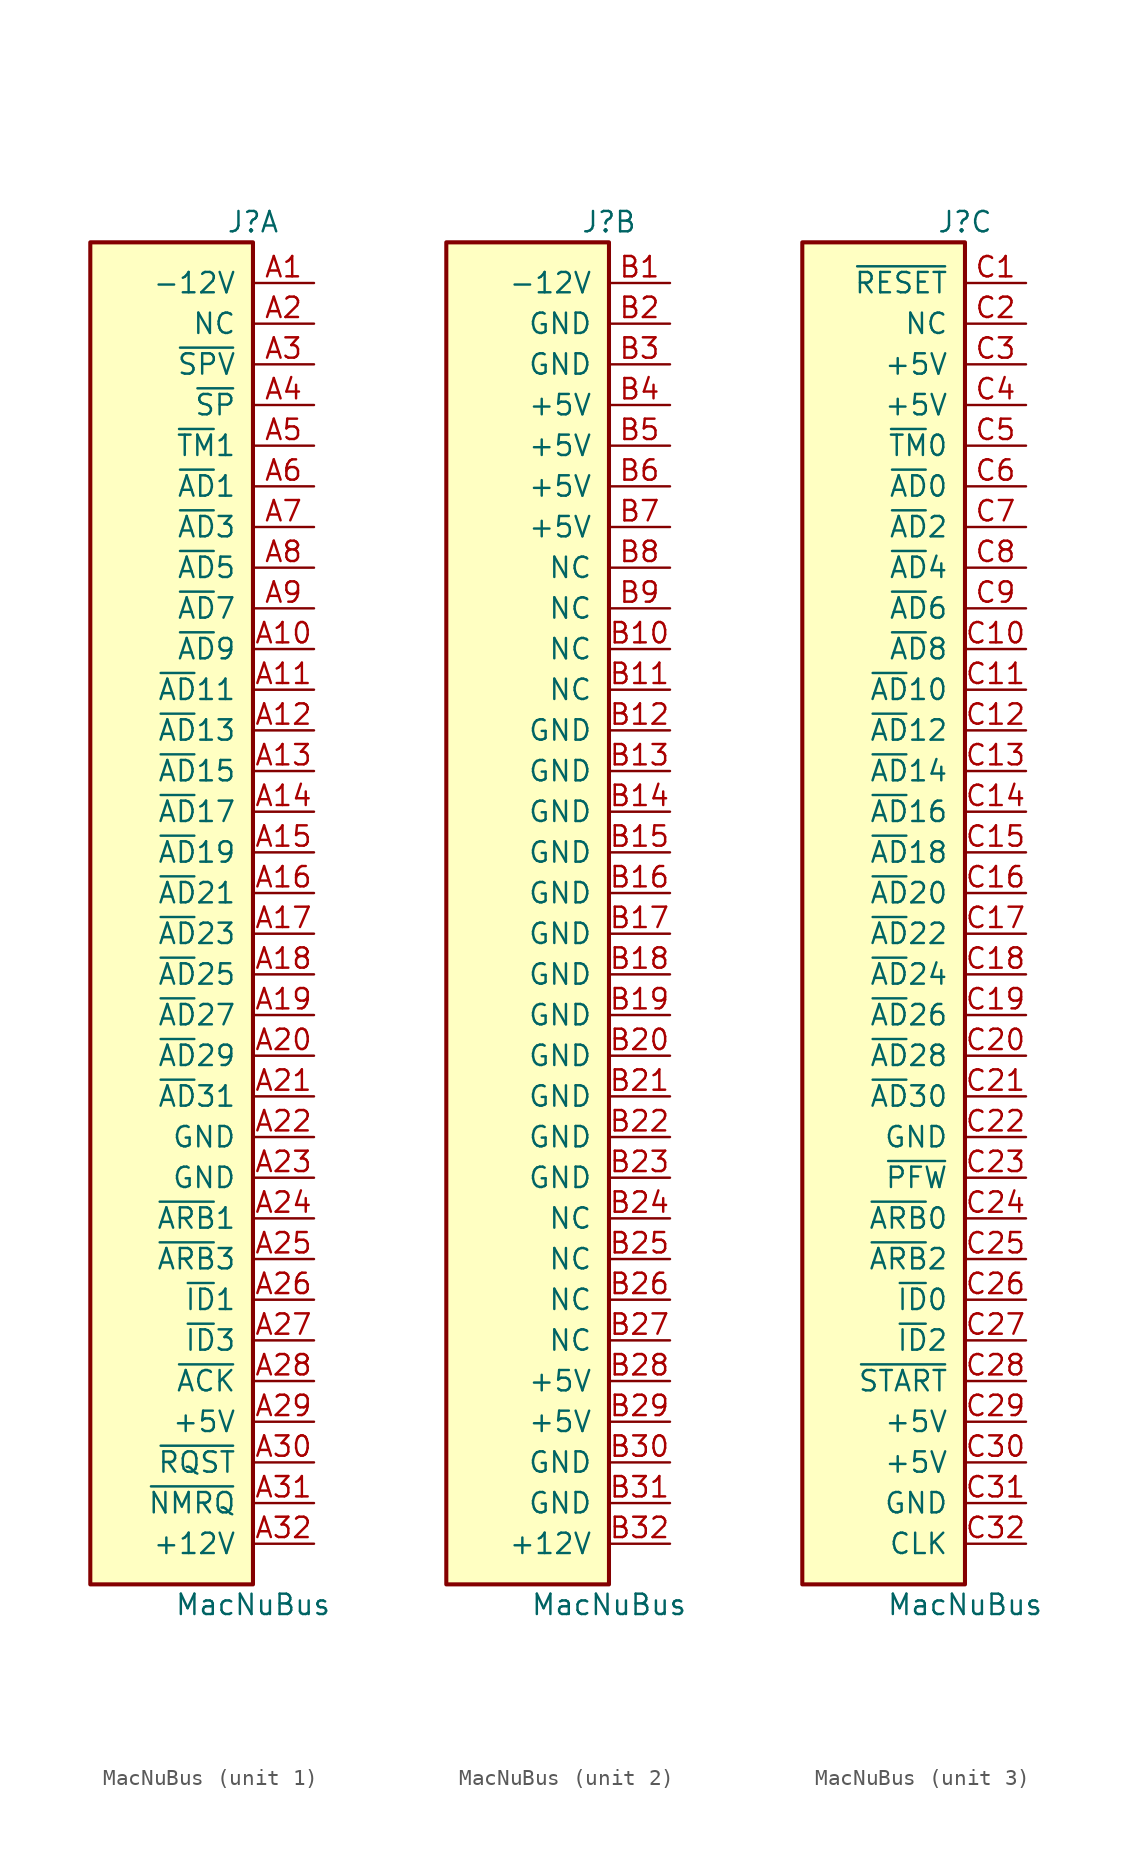
<source format=kicad_sym>
(kicad_symbol_lib
  (version 20220914)
  (generator kicad_symbol_editor)
  (symbol "MacNuBus"
    (pin_names
      (offset 1.016))
    (property "Reference" "J"
      (at 0 45.72 0)
      (effects (font (size 1.27 1.27))))
    (property "Value" "MacNuBus"
      (at 0 -40.64 0)
      (effects (font (size 1.27 1.27))))
    (property "ki_locked" ""
      (at 0 0 0)
      (effects (font (size 1.27 1.27))))
    (symbol "MacNuBus_0_1"
      (rectangle (start 0 44.45) (end -10.16 -39.37) (stroke (width 0.254) (type default)) (fill (type background))))
    (symbol "MacNuBus_1_1"
      (pin unspecified line (at 3.81 41.91 180) (length 3.81) (name "-12V" (effects (font (size 1.27 1.27)))) (number "A1" (effects (font (size 1.27 1.27)))))
      (pin unspecified line (at 3.81 19.05 180) (length 3.81) (name "~{AD}9" (effects (font (size 1.27 1.27)))) (number "A10" (effects (font (size 1.27 1.27)))))
      (pin unspecified line (at 3.81 16.51 180) (length 3.81) (name "~{AD}11" (effects (font (size 1.27 1.27)))) (number "A11" (effects (font (size 1.27 1.27)))))
      (pin unspecified line (at 3.81 13.97 180) (length 3.81) (name "~{AD}13" (effects (font (size 1.27 1.27)))) (number "A12" (effects (font (size 1.27 1.27)))))
      (pin unspecified line (at 3.81 11.43 180) (length 3.81) (name "~{AD}15" (effects (font (size 1.27 1.27)))) (number "A13" (effects (font (size 1.27 1.27)))))
      (pin unspecified line (at 3.81 8.89 180) (length 3.81) (name "~{AD}17" (effects (font (size 1.27 1.27)))) (number "A14" (effects (font (size 1.27 1.27)))))
      (pin unspecified line (at 3.81 6.35 180) (length 3.81) (name "~{AD}19" (effects (font (size 1.27 1.27)))) (number "A15" (effects (font (size 1.27 1.27)))))
      (pin unspecified line (at 3.81 3.81 180) (length 3.81) (name "~{AD}21" (effects (font (size 1.27 1.27)))) (number "A16" (effects (font (size 1.27 1.27)))))
      (pin unspecified line (at 3.81 1.27 180) (length 3.81) (name "~{AD}23" (effects (font (size 1.27 1.27)))) (number "A17" (effects (font (size 1.27 1.27)))))
      (pin unspecified line (at 3.81 -1.27 180) (length 3.81) (name "~{AD}25" (effects (font (size 1.27 1.27)))) (number "A18" (effects (font (size 1.27 1.27)))))
      (pin unspecified line (at 3.81 -3.81 180) (length 3.81) (name "~{AD}27" (effects (font (size 1.27 1.27)))) (number "A19" (effects (font (size 1.27 1.27)))))
      (pin unspecified line (at 3.81 39.37 180) (length 3.81) (name "NC" (effects (font (size 1.27 1.27)))) (number "A2" (effects (font (size 1.27 1.27)))))
      (pin unspecified line (at 3.81 -6.35 180) (length 3.81) (name "~{AD}29" (effects (font (size 1.27 1.27)))) (number "A20" (effects (font (size 1.27 1.27)))))
      (pin unspecified line (at 3.81 -8.89 180) (length 3.81) (name "~{AD}31" (effects (font (size 1.27 1.27)))) (number "A21" (effects (font (size 1.27 1.27)))))
      (pin unspecified line (at 3.81 -11.43 180) (length 3.81) (name "GND" (effects (font (size 1.27 1.27)))) (number "A22" (effects (font (size 1.27 1.27)))))
      (pin unspecified line (at 3.81 -13.97 180) (length 3.81) (name "GND" (effects (font (size 1.27 1.27)))) (number "A23" (effects (font (size 1.27 1.27)))))
      (pin unspecified line (at 3.81 -16.51 180) (length 3.81) (name "~{ARB}1" (effects (font (size 1.27 1.27)))) (number "A24" (effects (font (size 1.27 1.27)))))
      (pin unspecified line (at 3.81 -19.05 180) (length 3.81) (name "~{ARB}3" (effects (font (size 1.27 1.27)))) (number "A25" (effects (font (size 1.27 1.27)))))
      (pin unspecified line (at 3.81 -21.59 180) (length 3.81) (name "~{ID}1" (effects (font (size 1.27 1.27)))) (number "A26" (effects (font (size 1.27 1.27)))))
      (pin unspecified line (at 3.81 -24.13 180) (length 3.81) (name "~{ID}3" (effects (font (size 1.27 1.27)))) (number "A27" (effects (font (size 1.27 1.27)))))
      (pin unspecified line (at 3.81 -26.67 180) (length 3.81) (name "~{ACK}" (effects (font (size 1.27 1.27)))) (number "A28" (effects (font (size 1.27 1.27)))))
      (pin unspecified line (at 3.81 -29.21 180) (length 3.81) (name "+5V" (effects (font (size 1.27 1.27)))) (number "A29" (effects (font (size 1.27 1.27)))))
      (pin unspecified line (at 3.81 36.83 180) (length 3.81) (name "~{SPV}" (effects (font (size 1.27 1.27)))) (number "A3" (effects (font (size 1.27 1.27)))))
      (pin unspecified line (at 3.81 -31.75 180) (length 3.81) (name "~{RQST}" (effects (font (size 1.27 1.27)))) (number "A30" (effects (font (size 1.27 1.27)))))
      (pin unspecified line (at 3.81 -34.29 180) (length 3.81) (name "~{NMRQ}" (effects (font (size 1.27 1.27)))) (number "A31" (effects (font (size 1.27 1.27)))))
      (pin unspecified line (at 3.81 -36.83 180) (length 3.81) (name "+12V" (effects (font (size 1.27 1.27)))) (number "A32" (effects (font (size 1.27 1.27)))))
      (pin unspecified line (at 3.81 34.29 180) (length 3.81) (name "~{SP}" (effects (font (size 1.27 1.27)))) (number "A4" (effects (font (size 1.27 1.27)))))
      (pin unspecified line (at 3.81 31.75 180) (length 3.81) (name "~{TM}1" (effects (font (size 1.27 1.27)))) (number "A5" (effects (font (size 1.27 1.27)))))
      (pin unspecified line (at 3.81 29.21 180) (length 3.81) (name "~{AD}1" (effects (font (size 1.27 1.27)))) (number "A6" (effects (font (size 1.27 1.27)))))
      (pin unspecified line (at 3.81 26.67 180) (length 3.81) (name "~{AD}3" (effects (font (size 1.27 1.27)))) (number "A7" (effects (font (size 1.27 1.27)))))
      (pin unspecified line (at 3.81 24.13 180) (length 3.81) (name "~{AD}5" (effects (font (size 1.27 1.27)))) (number "A8" (effects (font (size 1.27 1.27)))))
      (pin unspecified line (at 3.81 21.59 180) (length 3.81) (name "~{AD}7" (effects (font (size 1.27 1.27)))) (number "A9" (effects (font (size 1.27 1.27))))))
    (symbol "MacNuBus_2_1"
      (pin unspecified line (at 3.81 41.91 180) (length 3.81) (name "-12V" (effects (font (size 1.27 1.27)))) (number "B1" (effects (font (size 1.27 1.27)))))
      (pin unspecified line (at 3.81 19.05 180) (length 3.81) (name "NC" (effects (font (size 1.27 1.27)))) (number "B10" (effects (font (size 1.27 1.27)))))
      (pin unspecified line (at 3.81 16.51 180) (length 3.81) (name "NC" (effects (font (size 1.27 1.27)))) (number "B11" (effects (font (size 1.27 1.27)))))
      (pin unspecified line (at 3.81 13.97 180) (length 3.81) (name "GND" (effects (font (size 1.27 1.27)))) (number "B12" (effects (font (size 1.27 1.27)))))
      (pin unspecified line (at 3.81 11.43 180) (length 3.81) (name "GND" (effects (font (size 1.27 1.27)))) (number "B13" (effects (font (size 1.27 1.27)))))
      (pin unspecified line (at 3.81 8.89 180) (length 3.81) (name "GND" (effects (font (size 1.27 1.27)))) (number "B14" (effects (font (size 1.27 1.27)))))
      (pin unspecified line (at 3.81 6.35 180) (length 3.81) (name "GND" (effects (font (size 1.27 1.27)))) (number "B15" (effects (font (size 1.27 1.27)))))
      (pin unspecified line (at 3.81 3.81 180) (length 3.81) (name "GND" (effects (font (size 1.27 1.27)))) (number "B16" (effects (font (size 1.27 1.27)))))
      (pin unspecified line (at 3.81 1.27 180) (length 3.81) (name "GND" (effects (font (size 1.27 1.27)))) (number "B17" (effects (font (size 1.27 1.27)))))
      (pin unspecified line (at 3.81 -1.27 180) (length 3.81) (name "GND" (effects (font (size 1.27 1.27)))) (number "B18" (effects (font (size 1.27 1.27)))))
      (pin unspecified line (at 3.81 -3.81 180) (length 3.81) (name "GND" (effects (font (size 1.27 1.27)))) (number "B19" (effects (font (size 1.27 1.27)))))
      (pin unspecified line (at 3.81 39.37 180) (length 3.81) (name "GND" (effects (font (size 1.27 1.27)))) (number "B2" (effects (font (size 1.27 1.27)))))
      (pin unspecified line (at 3.81 -6.35 180) (length 3.81) (name "GND" (effects (font (size 1.27 1.27)))) (number "B20" (effects (font (size 1.27 1.27)))))
      (pin unspecified line (at 3.81 -8.89 180) (length 3.81) (name "GND" (effects (font (size 1.27 1.27)))) (number "B21" (effects (font (size 1.27 1.27)))))
      (pin unspecified line (at 3.81 -11.43 180) (length 3.81) (name "GND" (effects (font (size 1.27 1.27)))) (number "B22" (effects (font (size 1.27 1.27)))))
      (pin unspecified line (at 3.81 -13.97 180) (length 3.81) (name "GND" (effects (font (size 1.27 1.27)))) (number "B23" (effects (font (size 1.27 1.27)))))
      (pin unspecified line (at 3.81 -16.51 180) (length 3.81) (name "NC" (effects (font (size 1.27 1.27)))) (number "B24" (effects (font (size 1.27 1.27)))))
      (pin unspecified line (at 3.81 -19.05 180) (length 3.81) (name "NC" (effects (font (size 1.27 1.27)))) (number "B25" (effects (font (size 1.27 1.27)))))
      (pin unspecified line (at 3.81 -21.59 180) (length 3.81) (name "NC" (effects (font (size 1.27 1.27)))) (number "B26" (effects (font (size 1.27 1.27)))))
      (pin unspecified line (at 3.81 -24.13 180) (length 3.81) (name "NC" (effects (font (size 1.27 1.27)))) (number "B27" (effects (font (size 1.27 1.27)))))
      (pin unspecified line (at 3.81 -26.67 180) (length 3.81) (name "+5V" (effects (font (size 1.27 1.27)))) (number "B28" (effects (font (size 1.27 1.27)))))
      (pin unspecified line (at 3.81 -29.21 180) (length 3.81) (name "+5V" (effects (font (size 1.27 1.27)))) (number "B29" (effects (font (size 1.27 1.27)))))
      (pin unspecified line (at 3.81 36.83 180) (length 3.81) (name "GND" (effects (font (size 1.27 1.27)))) (number "B3" (effects (font (size 1.27 1.27)))))
      (pin unspecified line (at 3.81 -31.75 180) (length 3.81) (name "GND" (effects (font (size 1.27 1.27)))) (number "B30" (effects (font (size 1.27 1.27)))))
      (pin unspecified line (at 3.81 -34.29 180) (length 3.81) (name "GND" (effects (font (size 1.27 1.27)))) (number "B31" (effects (font (size 1.27 1.27)))))
      (pin unspecified line (at 3.81 -36.83 180) (length 3.81) (name "+12V" (effects (font (size 1.27 1.27)))) (number "B32" (effects (font (size 1.27 1.27)))))
      (pin unspecified line (at 3.81 34.29 180) (length 3.81) (name "+5V" (effects (font (size 1.27 1.27)))) (number "B4" (effects (font (size 1.27 1.27)))))
      (pin unspecified line (at 3.81 31.75 180) (length 3.81) (name "+5V" (effects (font (size 1.27 1.27)))) (number "B5" (effects (font (size 1.27 1.27)))))
      (pin unspecified line (at 3.81 29.21 180) (length 3.81) (name "+5V" (effects (font (size 1.27 1.27)))) (number "B6" (effects (font (size 1.27 1.27)))))
      (pin unspecified line (at 3.81 26.67 180) (length 3.81) (name "+5V" (effects (font (size 1.27 1.27)))) (number "B7" (effects (font (size 1.27 1.27)))))
      (pin unspecified line (at 3.81 24.13 180) (length 3.81) (name "NC" (effects (font (size 1.27 1.27)))) (number "B8" (effects (font (size 1.27 1.27)))))
      (pin unspecified line (at 3.81 21.59 180) (length 3.81) (name "NC" (effects (font (size 1.27 1.27)))) (number "B9" (effects (font (size 1.27 1.27))))))
    (symbol "MacNuBus_3_1"
      (pin unspecified line (at 3.81 41.91 180) (length 3.81) (name "~{RESET}" (effects (font (size 1.27 1.27)))) (number "C1" (effects (font (size 1.27 1.27)))))
      (pin unspecified line (at 3.81 19.05 180) (length 3.81) (name "~{AD}8" (effects (font (size 1.27 1.27)))) (number "C10" (effects (font (size 1.27 1.27)))))
      (pin unspecified line (at 3.81 16.51 180) (length 3.81) (name "~{AD}10" (effects (font (size 1.27 1.27)))) (number "C11" (effects (font (size 1.27 1.27)))))
      (pin unspecified line (at 3.81 13.97 180) (length 3.81) (name "~{AD}12" (effects (font (size 1.27 1.27)))) (number "C12" (effects (font (size 1.27 1.27)))))
      (pin unspecified line (at 3.81 11.43 180) (length 3.81) (name "~{AD}14" (effects (font (size 1.27 1.27)))) (number "C13" (effects (font (size 1.27 1.27)))))
      (pin unspecified line (at 3.81 8.89 180) (length 3.81) (name "~{AD}16" (effects (font (size 1.27 1.27)))) (number "C14" (effects (font (size 1.27 1.27)))))
      (pin unspecified line (at 3.81 6.35 180) (length 3.81) (name "~{AD}18" (effects (font (size 1.27 1.27)))) (number "C15" (effects (font (size 1.27 1.27)))))
      (pin unspecified line (at 3.81 3.81 180) (length 3.81) (name "~{AD}20" (effects (font (size 1.27 1.27)))) (number "C16" (effects (font (size 1.27 1.27)))))
      (pin unspecified line (at 3.81 1.27 180) (length 3.81) (name "~{AD}22" (effects (font (size 1.27 1.27)))) (number "C17" (effects (font (size 1.27 1.27)))))
      (pin unspecified line (at 3.81 -1.27 180) (length 3.81) (name "~{AD}24" (effects (font (size 1.27 1.27)))) (number "C18" (effects (font (size 1.27 1.27)))))
      (pin unspecified line (at 3.81 -3.81 180) (length 3.81) (name "~{AD}26" (effects (font (size 1.27 1.27)))) (number "C19" (effects (font (size 1.27 1.27)))))
      (pin unspecified line (at 3.81 39.37 180) (length 3.81) (name "NC" (effects (font (size 1.27 1.27)))) (number "C2" (effects (font (size 1.27 1.27)))))
      (pin unspecified line (at 3.81 -6.35 180) (length 3.81) (name "~{AD}28" (effects (font (size 1.27 1.27)))) (number "C20" (effects (font (size 1.27 1.27)))))
      (pin unspecified line (at 3.81 -8.89 180) (length 3.81) (name "~{AD}30" (effects (font (size 1.27 1.27)))) (number "C21" (effects (font (size 1.27 1.27)))))
      (pin unspecified line (at 3.81 -11.43 180) (length 3.81) (name "GND" (effects (font (size 1.27 1.27)))) (number "C22" (effects (font (size 1.27 1.27)))))
      (pin unspecified line (at 3.81 -13.97 180) (length 3.81) (name "~{PFW}" (effects (font (size 1.27 1.27)))) (number "C23" (effects (font (size 1.27 1.27)))))
      (pin unspecified line (at 3.81 -16.51 180) (length 3.81) (name "~{ARB}0" (effects (font (size 1.27 1.27)))) (number "C24" (effects (font (size 1.27 1.27)))))
      (pin unspecified line (at 3.81 -19.05 180) (length 3.81) (name "~{ARB}2" (effects (font (size 1.27 1.27)))) (number "C25" (effects (font (size 1.27 1.27)))))
      (pin unspecified line (at 3.81 -21.59 180) (length 3.81) (name "~{ID}0" (effects (font (size 1.27 1.27)))) (number "C26" (effects (font (size 1.27 1.27)))))
      (pin unspecified line (at 3.81 -24.13 180) (length 3.81) (name "~{ID}2" (effects (font (size 1.27 1.27)))) (number "C27" (effects (font (size 1.27 1.27)))))
      (pin unspecified line (at 3.81 -26.67 180) (length 3.81) (name "~{START}" (effects (font (size 1.27 1.27)))) (number "C28" (effects (font (size 1.27 1.27)))))
      (pin unspecified line (at 3.81 -29.21 180) (length 3.81) (name "+5V" (effects (font (size 1.27 1.27)))) (number "C29" (effects (font (size 1.27 1.27)))))
      (pin unspecified line (at 3.81 36.83 180) (length 3.81) (name "+5V" (effects (font (size 1.27 1.27)))) (number "C3" (effects (font (size 1.27 1.27)))))
      (pin unspecified line (at 3.81 -31.75 180) (length 3.81) (name "+5V" (effects (font (size 1.27 1.27)))) (number "C30" (effects (font (size 1.27 1.27)))))
      (pin unspecified line (at 3.81 -34.29 180) (length 3.81) (name "GND" (effects (font (size 1.27 1.27)))) (number "C31" (effects (font (size 1.27 1.27)))))
      (pin unspecified line (at 3.81 -36.83 180) (length 3.81) (name "CLK" (effects (font (size 1.27 1.27)))) (number "C32" (effects (font (size 1.27 1.27)))))
      (pin unspecified line (at 3.81 34.29 180) (length 3.81) (name "+5V" (effects (font (size 1.27 1.27)))) (number "C4" (effects (font (size 1.27 1.27)))))
      (pin unspecified line (at 3.81 31.75 180) (length 3.81) (name "~{TM}0" (effects (font (size 1.27 1.27)))) (number "C5" (effects (font (size 1.27 1.27)))))
      (pin unspecified line (at 3.81 29.21 180) (length 3.81) (name "~{AD}0" (effects (font (size 1.27 1.27)))) (number "C6" (effects (font (size 1.27 1.27)))))
      (pin unspecified line (at 3.81 26.67 180) (length 3.81) (name "~{AD}2" (effects (font (size 1.27 1.27)))) (number "C7" (effects (font (size 1.27 1.27)))))
      (pin unspecified line (at 3.81 24.13 180) (length 3.81) (name "~{AD}4" (effects (font (size 1.27 1.27)))) (number "C8" (effects (font (size 1.27 1.27)))))
      (pin unspecified line (at 3.81 21.59 180) (length 3.81) (name "~{AD}6" (effects (font (size 1.27 1.27)))) (number "C9" (effects (font (size 1.27 1.27))))))))
</source>
